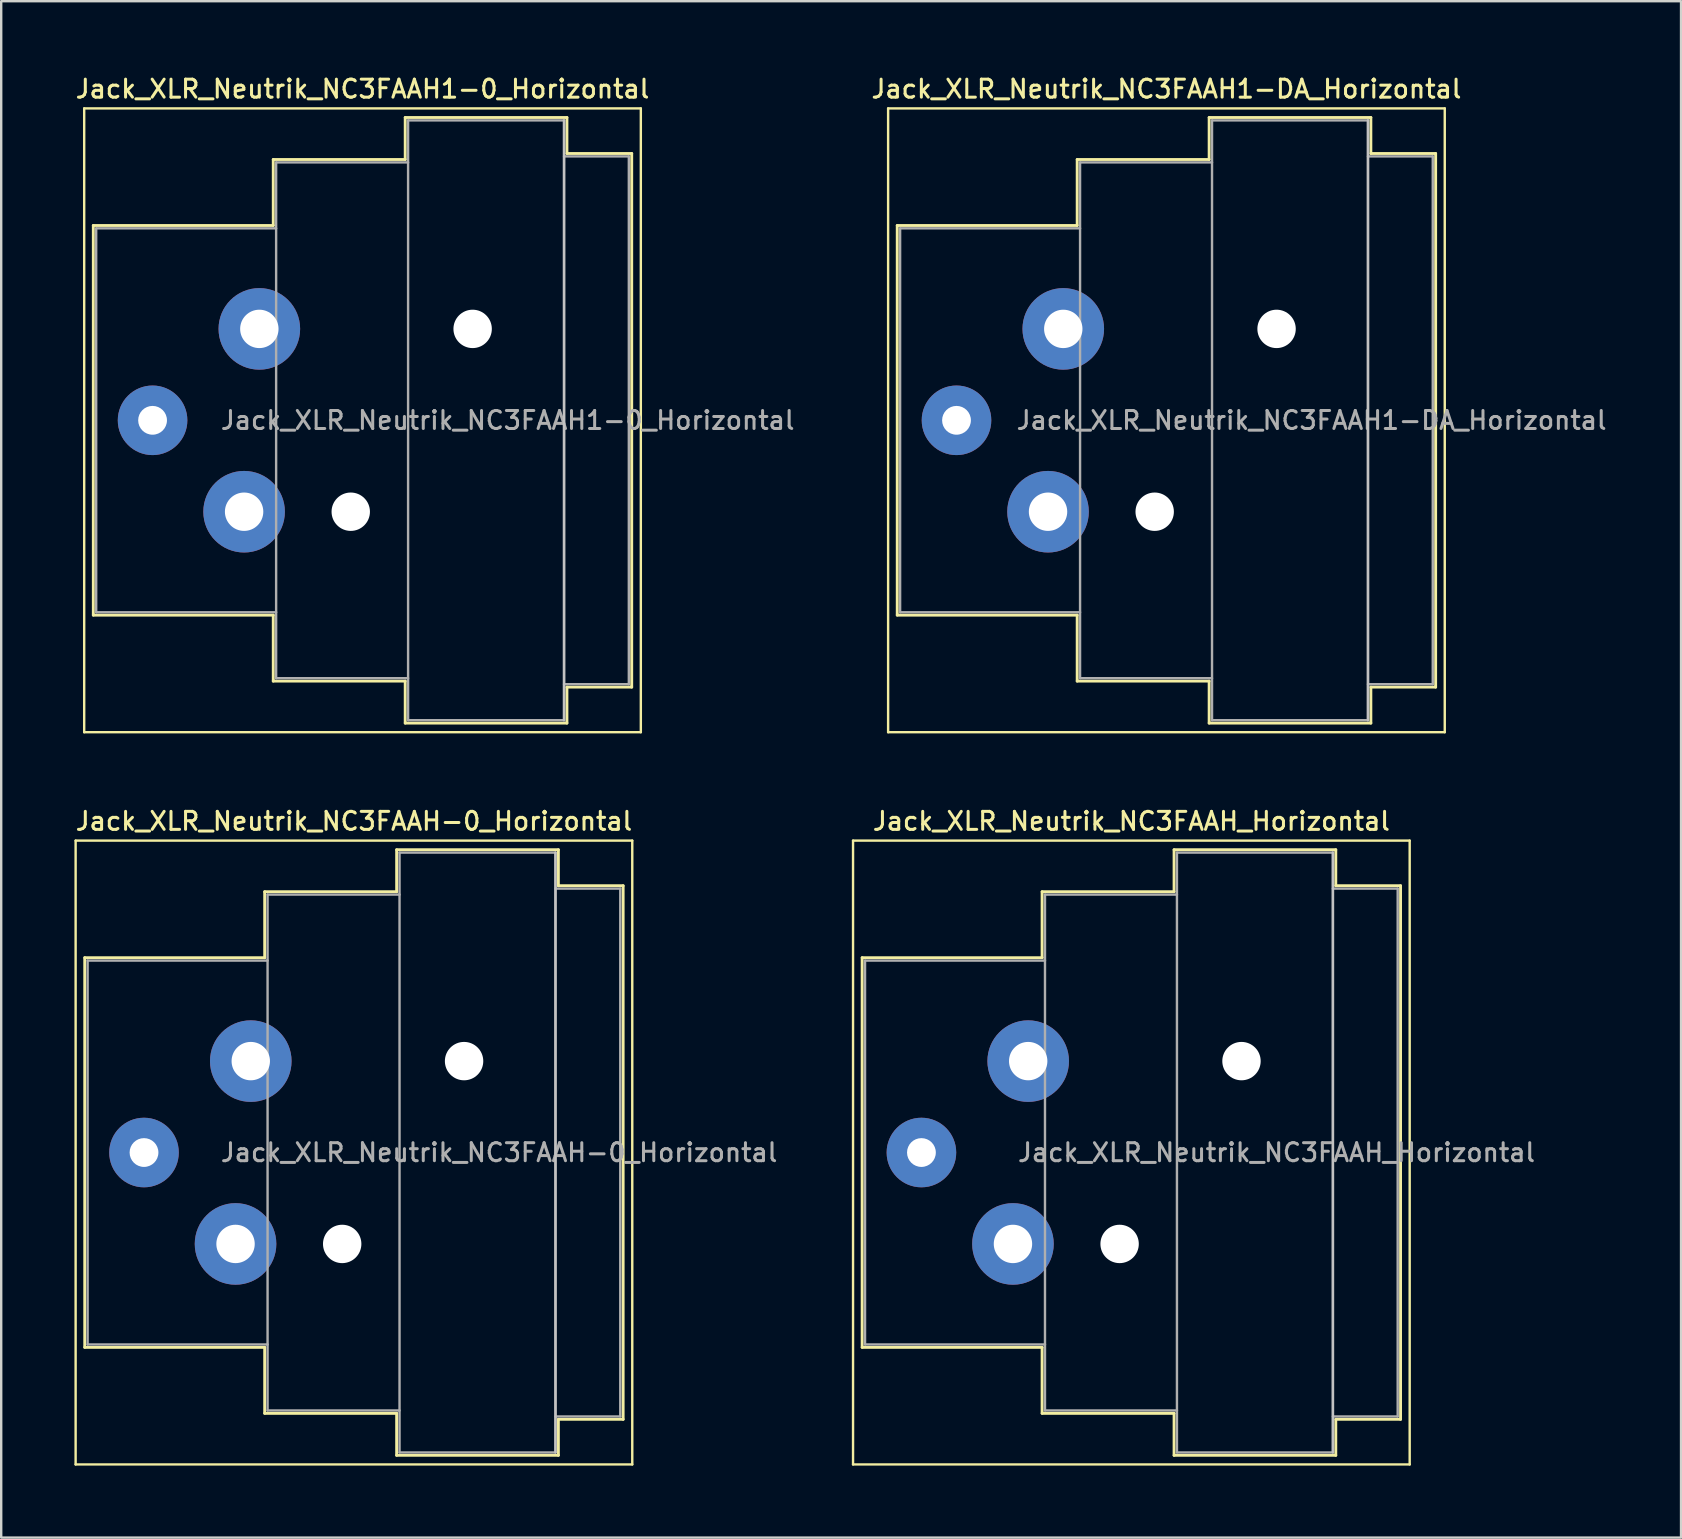
<source format=kicad_pcb>
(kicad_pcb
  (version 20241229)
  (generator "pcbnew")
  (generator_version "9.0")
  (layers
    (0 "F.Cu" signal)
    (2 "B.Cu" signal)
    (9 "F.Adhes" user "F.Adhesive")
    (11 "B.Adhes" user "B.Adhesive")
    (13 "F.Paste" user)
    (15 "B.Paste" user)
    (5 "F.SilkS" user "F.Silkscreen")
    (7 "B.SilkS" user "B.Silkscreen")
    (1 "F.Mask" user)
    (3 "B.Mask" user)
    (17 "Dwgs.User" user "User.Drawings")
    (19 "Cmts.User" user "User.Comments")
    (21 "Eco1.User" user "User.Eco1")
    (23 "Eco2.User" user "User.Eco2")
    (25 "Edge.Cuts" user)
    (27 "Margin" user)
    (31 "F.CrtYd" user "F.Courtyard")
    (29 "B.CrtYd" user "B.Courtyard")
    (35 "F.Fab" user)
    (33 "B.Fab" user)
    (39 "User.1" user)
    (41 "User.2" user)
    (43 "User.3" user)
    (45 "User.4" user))
  (footprint "Jack_XLR_Neutrik_NC3FAAH1-0_Horizontal"
    (layer "F.Cu")
    (at 7.759 10.658)
    (property "Reference" "Jack_XLR_Neutrik_NC3FAAH1-0_Horizontal" (at 4.3 -10 0) (layer "F.SilkS") (effects (font (size 0.75 0.75) (thickness 0.125))))
    (attr through_hole)
    (fp_line (start -7.3 -9.19) (end -7.3 16.81) (stroke (width 0.1) (type solid)) (layer "F.SilkS"))
    (fp_line (start -6.92 -4.31) (end -6.92 11.93) (stroke (width 0.12) (type solid)) (layer "F.SilkS"))
    (fp_line (start 0.58 -7.06) (end 0.58 -4.31) (stroke (width 0.12) (type solid)) (layer "F.SilkS"))
    (fp_line (start 0.58 -4.31) (end -6.92 -4.31) (stroke (width 0.12) (type solid)) (layer "F.SilkS"))
    (fp_line (start 0.58 11.93) (end -6.92 11.93) (stroke (width 0.12) (type solid)) (layer "F.SilkS"))
    (fp_line (start 0.58 11.93) (end 0.58 14.68) (stroke (width 0.12) (type solid)) (layer "F.SilkS"))
    (fp_line (start 6.08 -7.06) (end 0.58 -7.06) (stroke (width 0.12) (type solid)) (layer "F.SilkS"))
    (fp_line (start 6.08 -7.06) (end 6.08 -8.81) (stroke (width 0.12) (type solid)) (layer "F.SilkS"))
    (fp_line (start 6.08 14.68) (end 0.58 14.68) (stroke (width 0.12) (type solid)) (layer "F.SilkS"))
    (fp_line (start 6.08 16.43) (end 6.08 14.68) (stroke (width 0.12) (type solid)) (layer "F.SilkS"))
    (fp_line (start 12.82 -8.81) (end 6.08 -8.81) (stroke (width 0.12) (type solid)) (layer "F.SilkS"))
    (fp_line (start 12.82 -8.81) (end 12.82 -7.31) (stroke (width 0.12) (type solid)) (layer "F.SilkS"))
    (fp_line (start 12.82 -7.31) (end 15.52 -7.31) (stroke (width 0.12) (type solid)) (layer "F.SilkS"))
    (fp_line (start 12.82 14.93) (end 12.82 16.43) (stroke (width 0.12) (type solid)) (layer "F.SilkS"))
    (fp_line (start 12.82 14.93) (end 15.52 14.93) (stroke (width 0.12) (type solid)) (layer "F.SilkS"))
    (fp_line (start 12.82 16.43) (end 6.08 16.43) (stroke (width 0.12) (type solid)) (layer "F.SilkS"))
    (fp_line (start 15.52 -7.31) (end 15.52 14.93) (stroke (width 0.12) (type solid)) (layer "F.SilkS"))
    (fp_line (start 15.9 -9.19) (end -7.3 -9.19) (stroke (width 0.1) (type solid)) (layer "F.SilkS"))
    (fp_line (start 15.9 -9.19) (end 15.9 16.81) (stroke (width 0.1) (type solid)) (layer "F.SilkS"))
    (fp_line (start 15.9 16.81) (end -7.3 16.81) (stroke (width 0.1) (type solid)) (layer "F.SilkS"))
    (fp_line (start 12.7 -8.69) (end 12.7 16.31) (stroke (width 0.1) (type solid)) (layer "Dwgs.User"))
    (fp_line (start -6.8 -4.19) (end -6.8 11.81) (stroke (width 0.1) (type solid)) (layer "F.Fab"))
    (fp_line (start -6.8 11.81) (end 0.7 11.81) (stroke (width 0.1) (type solid)) (layer "F.Fab"))
    (fp_line (start 0.7 -6.94) (end 0.7 14.56) (stroke (width 0.1) (type solid)) (layer "F.Fab"))
    (fp_line (start 0.7 -4.19) (end -6.8 -4.19) (stroke (width 0.1) (type solid)) (layer "F.Fab"))
    (fp_line (start 0.7 14.56) (end 6.2 14.56) (stroke (width 0.1) (type solid)) (layer "F.Fab"))
    (fp_line (start 6.2 -8.69) (end 12.7 -8.69) (stroke (width 0.1) (type solid)) (layer "F.Fab"))
    (fp_line (start 6.2 -6.94) (end 0.7 -6.94) (stroke (width 0.1) (type solid)) (layer "F.Fab"))
    (fp_line (start 6.2 16.31) (end 6.2 -8.69) (stroke (width 0.1) (type solid)) (layer "F.Fab"))
    (fp_line (start 12.7 -8.69) (end 12.7 16.31) (stroke (width 0.1) (type solid)) (layer "F.Fab"))
    (fp_line (start 12.7 -7.19) (end 15.4 -7.19) (stroke (width 0.1) (type solid)) (layer "F.Fab"))
    (fp_line (start 12.7 16.31) (end 6.2 16.31) (stroke (width 0.1) (type solid)) (layer "F.Fab"))
    (fp_line (start 15.4 -7.19) (end 15.4 14.81) (stroke (width 0.1) (type solid)) (layer "F.Fab"))
    (fp_line (start 15.4 14.81) (end 12.7 14.81) (stroke (width 0.1) (type solid)) (layer "F.Fab"))
    (fp_text user "${REFERENCE}" (at 10.35 3.81 0) (layer "F.Fab") (effects (font (size 0.75 0.75) (thickness 0.125))))
    (pad "" np_thru_hole circle (at 3.81 7.62) (size 1.6 1.6) (drill 1.6) (layers "*.Cu" "*.Mask"))
    (pad "" np_thru_hole circle (at 8.89 0) (size 1.6 1.6) (drill 1.6) (layers "*.Cu" "*.Mask"))
    (pad "1" thru_hole circle (at 0 0) (size 3.4 3.4) (drill 1.6) (layers "*.Cu" "*.Mask"))
    (pad "2" thru_hole circle (at -0.635 7.62) (size 3.4 3.4) (drill 1.6) (layers "*.Cu" "*.Mask"))
    (pad "3" thru_hole circle (at -4.45 3.81) (size 2.9 2.9) (drill 1.2) (layers "*.Cu" "*.Mask")))
  (footprint "Jack_XLR_Neutrik_NC3FAAH-0_Horizontal"
    (layer "F.Cu")
    (at 7.402 41.176)
    (property "Reference" "Jack_XLR_Neutrik_NC3FAAH-0_Horizontal" (at 4.3 -10 0) (layer "F.SilkS") (effects (font (size 0.75 0.75) (thickness 0.125))))
    (attr through_hole)
    (fp_line (start -7.3 -9.19) (end -7.3 16.81) (stroke (width 0.1) (type solid)) (layer "F.SilkS"))
    (fp_line (start -6.92 -4.31) (end -6.92 11.93) (stroke (width 0.12) (type solid)) (layer "F.SilkS"))
    (fp_line (start 0.58 -7.06) (end 0.58 -4.31) (stroke (width 0.12) (type solid)) (layer "F.SilkS"))
    (fp_line (start 0.58 -4.31) (end -6.92 -4.31) (stroke (width 0.12) (type solid)) (layer "F.SilkS"))
    (fp_line (start 0.58 11.93) (end -6.92 11.93) (stroke (width 0.12) (type solid)) (layer "F.SilkS"))
    (fp_line (start 0.58 11.93) (end 0.58 14.68) (stroke (width 0.12) (type solid)) (layer "F.SilkS"))
    (fp_line (start 6.08 -7.06) (end 0.58 -7.06) (stroke (width 0.12) (type solid)) (layer "F.SilkS"))
    (fp_line (start 6.08 -7.06) (end 6.08 -8.81) (stroke (width 0.12) (type solid)) (layer "F.SilkS"))
    (fp_line (start 6.08 14.68) (end 0.58 14.68) (stroke (width 0.12) (type solid)) (layer "F.SilkS"))
    (fp_line (start 6.08 16.43) (end 6.08 14.68) (stroke (width 0.12) (type solid)) (layer "F.SilkS"))
    (fp_line (start 12.82 -8.81) (end 6.08 -8.81) (stroke (width 0.12) (type solid)) (layer "F.SilkS"))
    (fp_line (start 12.82 -8.81) (end 12.82 -7.31) (stroke (width 0.12) (type solid)) (layer "F.SilkS"))
    (fp_line (start 12.82 -7.31) (end 15.52 -7.31) (stroke (width 0.12) (type solid)) (layer "F.SilkS"))
    (fp_line (start 12.82 14.93) (end 12.82 16.43) (stroke (width 0.12) (type solid)) (layer "F.SilkS"))
    (fp_line (start 12.82 14.93) (end 15.52 14.93) (stroke (width 0.12) (type solid)) (layer "F.SilkS"))
    (fp_line (start 12.82 16.43) (end 6.08 16.43) (stroke (width 0.12) (type solid)) (layer "F.SilkS"))
    (fp_line (start 15.52 -7.31) (end 15.52 14.93) (stroke (width 0.12) (type solid)) (layer "F.SilkS"))
    (fp_line (start 15.9 -9.19) (end -7.3 -9.19) (stroke (width 0.1) (type solid)) (layer "F.SilkS"))
    (fp_line (start 15.9 -9.19) (end 15.9 16.81) (stroke (width 0.1) (type solid)) (layer "F.SilkS"))
    (fp_line (start 15.9 16.81) (end -7.3 16.81) (stroke (width 0.1) (type solid)) (layer "F.SilkS"))
    (fp_line (start 12.7 -8.69) (end 12.7 16.31) (stroke (width 0.1) (type solid)) (layer "Dwgs.User"))
    (fp_line (start -6.8 -4.19) (end -6.8 11.81) (stroke (width 0.1) (type solid)) (layer "F.Fab"))
    (fp_line (start -6.8 11.81) (end 0.7 11.81) (stroke (width 0.1) (type solid)) (layer "F.Fab"))
    (fp_line (start 0.7 -6.94) (end 0.7 14.56) (stroke (width 0.1) (type solid)) (layer "F.Fab"))
    (fp_line (start 0.7 -4.19) (end -6.8 -4.19) (stroke (width 0.1) (type solid)) (layer "F.Fab"))
    (fp_line (start 0.7 14.56) (end 6.2 14.56) (stroke (width 0.1) (type solid)) (layer "F.Fab"))
    (fp_line (start 6.2 -8.69) (end 12.7 -8.69) (stroke (width 0.1) (type solid)) (layer "F.Fab"))
    (fp_line (start 6.2 -6.94) (end 0.7 -6.94) (stroke (width 0.1) (type solid)) (layer "F.Fab"))
    (fp_line (start 6.2 16.31) (end 6.2 -8.69) (stroke (width 0.1) (type solid)) (layer "F.Fab"))
    (fp_line (start 12.7 -8.69) (end 12.7 16.31) (stroke (width 0.1) (type solid)) (layer "F.Fab"))
    (fp_line (start 12.7 -7.19) (end 15.4 -7.19) (stroke (width 0.1) (type solid)) (layer "F.Fab"))
    (fp_line (start 12.7 16.31) (end 6.2 16.31) (stroke (width 0.1) (type solid)) (layer "F.Fab"))
    (fp_line (start 15.4 -7.19) (end 15.4 14.81) (stroke (width 0.1) (type solid)) (layer "F.Fab"))
    (fp_line (start 15.4 14.81) (end 12.7 14.81) (stroke (width 0.1) (type solid)) (layer "F.Fab"))
    (fp_text user "${REFERENCE}" (at 10.35 3.81 0) (layer "F.Fab") (effects (font (size 0.75 0.75) (thickness 0.125))))
    (pad "" np_thru_hole circle (at 3.81 7.62) (size 1.6 1.6) (drill 1.6) (layers "*.Cu" "*.Mask"))
    (pad "" np_thru_hole circle (at 8.89 0) (size 1.6 1.6) (drill 1.6) (layers "*.Cu" "*.Mask"))
    (pad "1" thru_hole circle (at 0 0) (size 3.4 3.4) (drill 1.6) (layers "*.Cu" "*.Mask"))
    (pad "2" thru_hole circle (at -0.635 7.62) (size 3.4 3.4) (drill 1.6) (layers "*.Cu" "*.Mask"))
    (pad "3" thru_hole circle (at -4.45 3.81) (size 2.9 2.9) (drill 1.2) (layers "*.Cu" "*.Mask")))
  (footprint "Jack_XLR_Neutrik_NC3FAAH_Horizontal"
    (layer "F.Cu")
    (at 39.804 41.176)
    (property "Reference" "Jack_XLR_Neutrik_NC3FAAH_Horizontal" (at 4.3 -10 0) (layer "F.SilkS") (effects (font (size 0.75 0.75) (thickness 0.125))))
    (attr through_hole)
    (fp_line (start -7.3 -9.19) (end -7.3 16.81) (stroke (width 0.1) (type solid)) (layer "F.SilkS"))
    (fp_line (start -6.92 -4.31) (end -6.92 11.93) (stroke (width 0.12) (type solid)) (layer "F.SilkS"))
    (fp_line (start 0.58 -7.06) (end 0.58 -4.31) (stroke (width 0.12) (type solid)) (layer "F.SilkS"))
    (fp_line (start 0.58 -4.31) (end -6.92 -4.31) (stroke (width 0.12) (type solid)) (layer "F.SilkS"))
    (fp_line (start 0.58 11.93) (end -6.92 11.93) (stroke (width 0.12) (type solid)) (layer "F.SilkS"))
    (fp_line (start 0.58 11.93) (end 0.58 14.68) (stroke (width 0.12) (type solid)) (layer "F.SilkS"))
    (fp_line (start 6.08 -7.06) (end 0.58 -7.06) (stroke (width 0.12) (type solid)) (layer "F.SilkS"))
    (fp_line (start 6.08 -7.06) (end 6.08 -8.81) (stroke (width 0.12) (type solid)) (layer "F.SilkS"))
    (fp_line (start 6.08 14.68) (end 0.58 14.68) (stroke (width 0.12) (type solid)) (layer "F.SilkS"))
    (fp_line (start 6.08 16.43) (end 6.08 14.68) (stroke (width 0.12) (type solid)) (layer "F.SilkS"))
    (fp_line (start 12.82 -8.81) (end 6.08 -8.81) (stroke (width 0.12) (type solid)) (layer "F.SilkS"))
    (fp_line (start 12.82 -8.81) (end 12.82 -7.31) (stroke (width 0.12) (type solid)) (layer "F.SilkS"))
    (fp_line (start 12.82 -7.31) (end 15.52 -7.31) (stroke (width 0.12) (type solid)) (layer "F.SilkS"))
    (fp_line (start 12.82 14.93) (end 12.82 16.43) (stroke (width 0.12) (type solid)) (layer "F.SilkS"))
    (fp_line (start 12.82 14.93) (end 15.52 14.93) (stroke (width 0.12) (type solid)) (layer "F.SilkS"))
    (fp_line (start 12.82 16.43) (end 6.08 16.43) (stroke (width 0.12) (type solid)) (layer "F.SilkS"))
    (fp_line (start 15.52 -7.31) (end 15.52 14.93) (stroke (width 0.12) (type solid)) (layer "F.SilkS"))
    (fp_line (start 15.9 -9.19) (end -7.3 -9.19) (stroke (width 0.1) (type solid)) (layer "F.SilkS"))
    (fp_line (start 15.9 -9.19) (end 15.9 16.81) (stroke (width 0.1) (type solid)) (layer "F.SilkS"))
    (fp_line (start 15.9 16.81) (end -7.3 16.81) (stroke (width 0.1) (type solid)) (layer "F.SilkS"))
    (fp_line (start 12.7 -8.69) (end 12.7 16.31) (stroke (width 0.1) (type solid)) (layer "Dwgs.User"))
    (fp_line (start -6.8 -4.19) (end -6.8 11.81) (stroke (width 0.1) (type solid)) (layer "F.Fab"))
    (fp_line (start -6.8 11.81) (end 0.7 11.81) (stroke (width 0.1) (type solid)) (layer "F.Fab"))
    (fp_line (start 0.7 -6.94) (end 0.7 14.56) (stroke (width 0.1) (type solid)) (layer "F.Fab"))
    (fp_line (start 0.7 -4.19) (end -6.8 -4.19) (stroke (width 0.1) (type solid)) (layer "F.Fab"))
    (fp_line (start 0.7 14.56) (end 6.2 14.56) (stroke (width 0.1) (type solid)) (layer "F.Fab"))
    (fp_line (start 6.2 -8.69) (end 12.7 -8.69) (stroke (width 0.1) (type solid)) (layer "F.Fab"))
    (fp_line (start 6.2 -6.94) (end 0.7 -6.94) (stroke (width 0.1) (type solid)) (layer "F.Fab"))
    (fp_line (start 6.2 16.31) (end 6.2 -8.69) (stroke (width 0.1) (type solid)) (layer "F.Fab"))
    (fp_line (start 12.7 -8.69) (end 12.7 16.31) (stroke (width 0.1) (type solid)) (layer "F.Fab"))
    (fp_line (start 12.7 -7.19) (end 15.4 -7.19) (stroke (width 0.1) (type solid)) (layer "F.Fab"))
    (fp_line (start 12.7 16.31) (end 6.2 16.31) (stroke (width 0.1) (type solid)) (layer "F.Fab"))
    (fp_line (start 15.4 -7.19) (end 15.4 14.81) (stroke (width 0.1) (type solid)) (layer "F.Fab"))
    (fp_line (start 15.4 14.81) (end 12.7 14.81) (stroke (width 0.1) (type solid)) (layer "F.Fab"))
    (fp_text user "${REFERENCE}" (at 10.35 3.81 0) (layer "F.Fab") (effects (font (size 0.75 0.75) (thickness 0.125))))
    (pad "" np_thru_hole circle (at 3.81 7.62) (size 1.6 1.6) (drill 1.6) (layers "*.Cu" "*.Mask"))
    (pad "" np_thru_hole circle (at 8.89 0) (size 1.6 1.6) (drill 1.6) (layers "*.Cu" "*.Mask"))
    (pad "1" thru_hole circle (at 0 0) (size 3.4 3.4) (drill 1.6) (layers "*.Cu" "*.Mask"))
    (pad "2" thru_hole circle (at -0.635 7.62) (size 3.4 3.4) (drill 1.6) (layers "*.Cu" "*.Mask"))
    (pad "3" thru_hole circle (at -4.45 3.81) (size 2.9 2.9) (drill 1.2) (layers "*.Cu" "*.Mask")))
  (footprint "Jack_XLR_Neutrik_NC3FAAH1-DA_Horizontal"
    (layer "F.Cu")
    (at 41.266 10.658)
    (property "Reference" "Jack_XLR_Neutrik_NC3FAAH1-DA_Horizontal" (at 4.3 -10 0) (layer "F.SilkS") (effects (font (size 0.75 0.75) (thickness 0.125))))
    (attr through_hole)
    (fp_line (start -7.3 -9.19) (end -7.3 16.81) (stroke (width 0.1) (type solid)) (layer "F.SilkS"))
    (fp_line (start -6.92 -4.31) (end -6.92 11.93) (stroke (width 0.12) (type solid)) (layer "F.SilkS"))
    (fp_line (start 0.58 -7.06) (end 0.58 -4.31) (stroke (width 0.12) (type solid)) (layer "F.SilkS"))
    (fp_line (start 0.58 -4.31) (end -6.92 -4.31) (stroke (width 0.12) (type solid)) (layer "F.SilkS"))
    (fp_line (start 0.58 11.93) (end -6.92 11.93) (stroke (width 0.12) (type solid)) (layer "F.SilkS"))
    (fp_line (start 0.58 11.93) (end 0.58 14.68) (stroke (width 0.12) (type solid)) (layer "F.SilkS"))
    (fp_line (start 6.08 -7.06) (end 0.58 -7.06) (stroke (width 0.12) (type solid)) (layer "F.SilkS"))
    (fp_line (start 6.08 -7.06) (end 6.08 -8.81) (stroke (width 0.12) (type solid)) (layer "F.SilkS"))
    (fp_line (start 6.08 14.68) (end 0.58 14.68) (stroke (width 0.12) (type solid)) (layer "F.SilkS"))
    (fp_line (start 6.08 16.43) (end 6.08 14.68) (stroke (width 0.12) (type solid)) (layer "F.SilkS"))
    (fp_line (start 12.82 -8.81) (end 6.08 -8.81) (stroke (width 0.12) (type solid)) (layer "F.SilkS"))
    (fp_line (start 12.82 -8.81) (end 12.82 -7.31) (stroke (width 0.12) (type solid)) (layer "F.SilkS"))
    (fp_line (start 12.82 -7.31) (end 15.52 -7.31) (stroke (width 0.12) (type solid)) (layer "F.SilkS"))
    (fp_line (start 12.82 14.93) (end 12.82 16.43) (stroke (width 0.12) (type solid)) (layer "F.SilkS"))
    (fp_line (start 12.82 14.93) (end 15.52 14.93) (stroke (width 0.12) (type solid)) (layer "F.SilkS"))
    (fp_line (start 12.82 16.43) (end 6.08 16.43) (stroke (width 0.12) (type solid)) (layer "F.SilkS"))
    (fp_line (start 15.52 -7.31) (end 15.52 14.93) (stroke (width 0.12) (type solid)) (layer "F.SilkS"))
    (fp_line (start 15.9 -9.19) (end -7.3 -9.19) (stroke (width 0.1) (type solid)) (layer "F.SilkS"))
    (fp_line (start 15.9 -9.19) (end 15.9 16.81) (stroke (width 0.1) (type solid)) (layer "F.SilkS"))
    (fp_line (start 15.9 16.81) (end -7.3 16.81) (stroke (width 0.1) (type solid)) (layer "F.SilkS"))
    (fp_line (start 12.7 -8.69) (end 12.7 16.31) (stroke (width 0.1) (type solid)) (layer "Dwgs.User"))
    (fp_line (start -6.8 -4.19) (end -6.8 11.81) (stroke (width 0.1) (type solid)) (layer "F.Fab"))
    (fp_line (start -6.8 11.81) (end 0.7 11.81) (stroke (width 0.1) (type solid)) (layer "F.Fab"))
    (fp_line (start 0.7 -6.94) (end 0.7 14.56) (stroke (width 0.1) (type solid)) (layer "F.Fab"))
    (fp_line (start 0.7 -4.19) (end -6.8 -4.19) (stroke (width 0.1) (type solid)) (layer "F.Fab"))
    (fp_line (start 0.7 14.56) (end 6.2 14.56) (stroke (width 0.1) (type solid)) (layer "F.Fab"))
    (fp_line (start 6.2 -8.69) (end 12.7 -8.69) (stroke (width 0.1) (type solid)) (layer "F.Fab"))
    (fp_line (start 6.2 -6.94) (end 0.7 -6.94) (stroke (width 0.1) (type solid)) (layer "F.Fab"))
    (fp_line (start 6.2 16.31) (end 6.2 -8.69) (stroke (width 0.1) (type solid)) (layer "F.Fab"))
    (fp_line (start 12.7 -8.69) (end 12.7 16.31) (stroke (width 0.1) (type solid)) (layer "F.Fab"))
    (fp_line (start 12.7 -7.19) (end 15.4 -7.19) (stroke (width 0.1) (type solid)) (layer "F.Fab"))
    (fp_line (start 12.7 16.31) (end 6.2 16.31) (stroke (width 0.1) (type solid)) (layer "F.Fab"))
    (fp_line (start 15.4 -7.19) (end 15.4 14.81) (stroke (width 0.1) (type solid)) (layer "F.Fab"))
    (fp_line (start 15.4 14.81) (end 12.7 14.81) (stroke (width 0.1) (type solid)) (layer "F.Fab"))
    (fp_text user "${REFERENCE}" (at 10.35 3.81 0) (layer "F.Fab") (effects (font (size 0.75 0.75) (thickness 0.125))))
    (pad "" np_thru_hole circle (at 3.81 7.62) (size 1.6 1.6) (drill 1.6) (layers "*.Cu" "*.Mask"))
    (pad "" np_thru_hole circle (at 8.89 0) (size 1.6 1.6) (drill 1.6) (layers "*.Cu" "*.Mask"))
    (pad "1" thru_hole circle (at 0 0) (size 3.4 3.4) (drill 1.6) (layers "*.Cu" "*.Mask"))
    (pad "2" thru_hole circle (at -0.635 7.62) (size 3.4 3.4) (drill 1.6) (layers "*.Cu" "*.Mask"))
    (pad "3" thru_hole circle (at -4.45 3.81) (size 2.9 2.9) (drill 1.2) (layers "*.Cu" "*.Mask")))
  (gr_rect
    (start -3 -3)
    (end 67.014 61.036)
    (stroke (width 0.1) (type default))
    (fill no)
    (layer "Edge.Cuts")))
</source>
